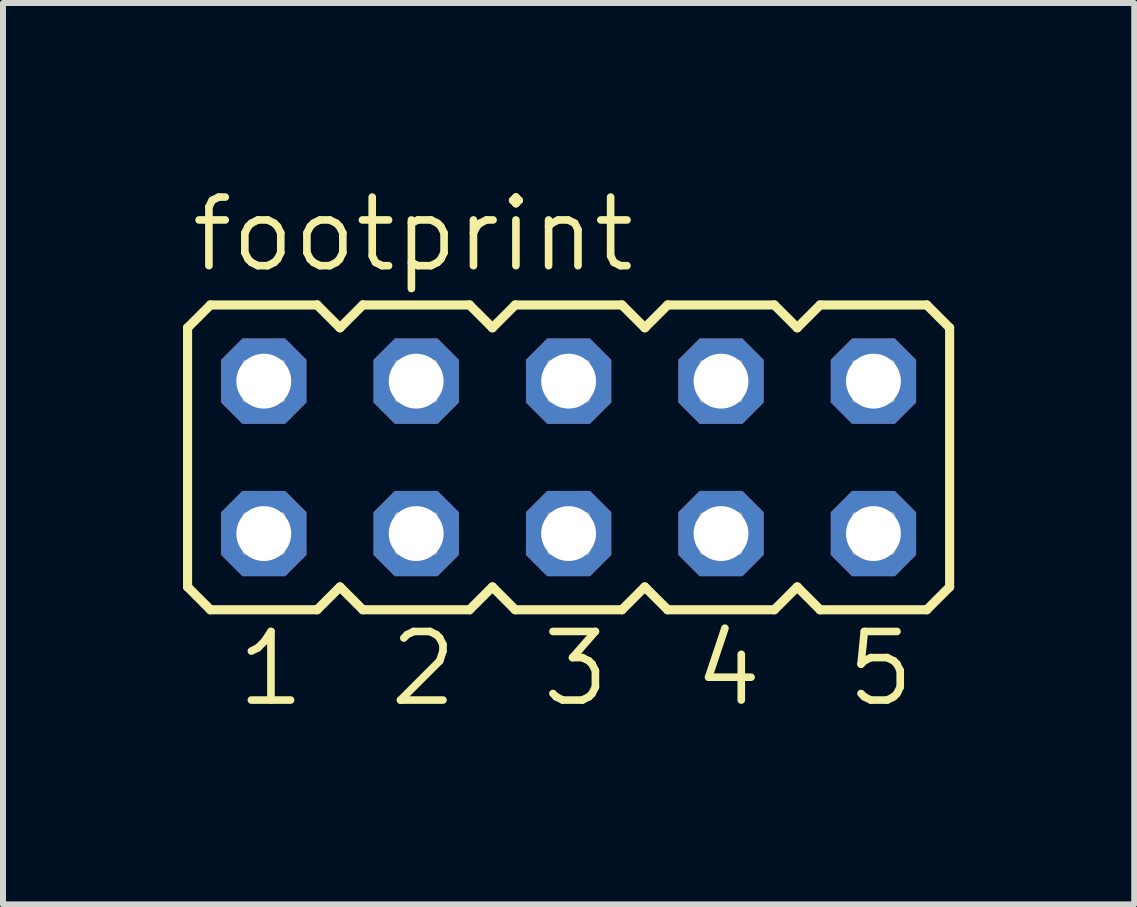
<source format=kicad_pcb>
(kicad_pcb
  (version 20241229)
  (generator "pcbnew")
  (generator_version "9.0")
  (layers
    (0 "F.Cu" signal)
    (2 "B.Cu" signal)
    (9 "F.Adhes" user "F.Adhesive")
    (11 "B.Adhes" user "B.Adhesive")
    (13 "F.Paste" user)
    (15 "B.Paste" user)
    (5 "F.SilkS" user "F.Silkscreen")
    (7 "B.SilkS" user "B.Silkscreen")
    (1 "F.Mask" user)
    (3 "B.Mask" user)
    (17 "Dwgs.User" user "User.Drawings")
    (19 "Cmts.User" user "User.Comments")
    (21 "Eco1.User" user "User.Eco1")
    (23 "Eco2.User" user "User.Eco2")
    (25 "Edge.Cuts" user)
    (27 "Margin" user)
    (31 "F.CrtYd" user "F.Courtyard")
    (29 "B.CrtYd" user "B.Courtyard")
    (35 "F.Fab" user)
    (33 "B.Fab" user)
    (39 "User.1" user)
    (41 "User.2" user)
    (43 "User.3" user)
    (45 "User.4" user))
  (footprint "footprint"
    (layer "F.Cu")
    (at 6.426 4.572)
    (property "Reference" "footprint" (at -6.35 -3.048 0) (layer "F.SilkS") (effects (font (size 1.143 1.143) (thickness 0.127)) (justify left bottom)))
    (fp_line (start -6.35 -2.159) (end -5.969 -2.54) (stroke (width 0.152) (type solid)) (layer "F.SilkS"))
    (fp_line (start -6.35 2.159) (end -6.35 -2.159) (stroke (width 0.152) (type solid)) (layer "F.SilkS"))
    (fp_line (start -6.35 2.159) (end -5.969 2.54) (stroke (width 0.152) (type solid)) (layer "F.SilkS"))
    (fp_line (start -5.969 -2.54) (end -4.191 -2.54) (stroke (width 0.152) (type solid)) (layer "F.SilkS"))
    (fp_line (start -5.969 2.54) (end -4.191 2.54) (stroke (width 0.152) (type solid)) (layer "F.SilkS"))
    (fp_line (start -4.191 -2.54) (end -3.81 -2.159) (stroke (width 0.152) (type solid)) (layer "F.SilkS"))
    (fp_line (start -3.81 -2.159) (end -3.429 -2.54) (stroke (width 0.152) (type solid)) (layer "F.SilkS"))
    (fp_line (start -3.81 2.159) (end -4.191 2.54) (stroke (width 0.152) (type solid)) (layer "F.SilkS"))
    (fp_line (start -3.81 2.159) (end -3.429 2.54) (stroke (width 0.152) (type solid)) (layer "F.SilkS"))
    (fp_line (start -3.429 -2.54) (end -1.651 -2.54) (stroke (width 0.152) (type solid)) (layer "F.SilkS"))
    (fp_line (start -1.651 2.54) (end -3.429 2.54) (stroke (width 0.152) (type solid)) (layer "F.SilkS"))
    (fp_line (start -1.27 -2.159) (end -1.651 -2.54) (stroke (width 0.152) (type solid)) (layer "F.SilkS"))
    (fp_line (start -1.27 -2.159) (end -0.889 -2.54) (stroke (width 0.152) (type solid)) (layer "F.SilkS"))
    (fp_line (start -1.27 2.159) (end -1.651 2.54) (stroke (width 0.152) (type solid)) (layer "F.SilkS"))
    (fp_line (start -1.27 2.159) (end -0.889 2.54) (stroke (width 0.152) (type solid)) (layer "F.SilkS"))
    (fp_line (start -0.889 -2.54) (end 0.889 -2.54) (stroke (width 0.152) (type solid)) (layer "F.SilkS"))
    (fp_line (start 0.889 2.54) (end -0.889 2.54) (stroke (width 0.152) (type solid)) (layer "F.SilkS"))
    (fp_line (start 0.889 2.54) (end 1.27 2.159) (stroke (width 0.152) (type solid)) (layer "F.SilkS"))
    (fp_line (start 1.27 -2.159) (end 0.889 -2.54) (stroke (width 0.152) (type solid)) (layer "F.SilkS"))
    (fp_line (start 1.27 -2.159) (end 1.651 -2.54) (stroke (width 0.152) (type solid)) (layer "F.SilkS"))
    (fp_line (start 1.27 2.159) (end 1.651 2.54) (stroke (width 0.152) (type solid)) (layer "F.SilkS"))
    (fp_line (start 1.651 -2.54) (end 3.429 -2.54) (stroke (width 0.152) (type solid)) (layer "F.SilkS"))
    (fp_line (start 3.429 2.54) (end 1.651 2.54) (stroke (width 0.152) (type solid)) (layer "F.SilkS"))
    (fp_line (start 3.429 2.54) (end 3.81 2.159) (stroke (width 0.152) (type solid)) (layer "F.SilkS"))
    (fp_line (start 3.81 -2.159) (end 3.429 -2.54) (stroke (width 0.152) (type solid)) (layer "F.SilkS"))
    (fp_line (start 3.81 -2.159) (end 4.191 -2.54) (stroke (width 0.152) (type solid)) (layer "F.SilkS"))
    (fp_line (start 3.81 2.159) (end 4.191 2.54) (stroke (width 0.152) (type solid)) (layer "F.SilkS"))
    (fp_line (start 4.191 -2.54) (end 5.969 -2.54) (stroke (width 0.152) (type solid)) (layer "F.SilkS"))
    (fp_line (start 5.969 2.54) (end 4.191 2.54) (stroke (width 0.152) (type solid)) (layer "F.SilkS"))
    (fp_line (start 5.969 2.54) (end 6.35 2.159) (stroke (width 0.152) (type solid)) (layer "F.SilkS"))
    (fp_line (start 6.35 -2.159) (end 5.969 -2.54) (stroke (width 0.152) (type solid)) (layer "F.SilkS"))
    (fp_line (start 6.35 -2.159) (end 6.35 2.159) (stroke (width 0.152) (type solid)) (layer "F.SilkS"))
    (fp_poly (pts (xy -5.385 -0.965) (xy -4.775 -0.965) (xy -4.775 -1.575) (xy -5.385 -1.575)) (stroke (width 0.1) (type solid)) (fill no) (layer "F.Fab"))
    (fp_poly (pts (xy -5.385 1.575) (xy -4.775 1.575) (xy -4.775 0.965) (xy -5.385 0.965)) (stroke (width 0.1) (type solid)) (fill no) (layer "F.Fab"))
    (fp_poly (pts (xy -2.845 -0.965) (xy -2.235 -0.965) (xy -2.235 -1.575) (xy -2.845 -1.575)) (stroke (width 0.1) (type solid)) (fill no) (layer "F.Fab"))
    (fp_poly (pts (xy -2.845 1.575) (xy -2.235 1.575) (xy -2.235 0.965) (xy -2.845 0.965)) (stroke (width 0.1) (type solid)) (fill no) (layer "F.Fab"))
    (fp_poly (pts (xy -0.305 -0.965) (xy 0.305 -0.965) (xy 0.305 -1.575) (xy -0.305 -1.575)) (stroke (width 0.1) (type solid)) (fill no) (layer "F.Fab"))
    (fp_poly (pts (xy -0.305 1.575) (xy 0.305 1.575) (xy 0.305 0.965) (xy -0.305 0.965)) (stroke (width 0.1) (type solid)) (fill no) (layer "F.Fab"))
    (fp_poly (pts (xy 2.235 -0.965) (xy 2.845 -0.965) (xy 2.845 -1.575) (xy 2.235 -1.575)) (stroke (width 0.1) (type solid)) (fill no) (layer "F.Fab"))
    (fp_poly (pts (xy 2.235 1.575) (xy 2.845 1.575) (xy 2.845 0.965) (xy 2.235 0.965)) (stroke (width 0.1) (type solid)) (fill no) (layer "F.Fab"))
    (fp_poly (pts (xy 4.775 -0.965) (xy 5.385 -0.965) (xy 5.385 -1.575) (xy 4.775 -1.575)) (stroke (width 0.1) (type solid)) (fill no) (layer "F.Fab"))
    (fp_poly (pts (xy 4.775 1.575) (xy 5.385 1.575) (xy 5.385 0.965) (xy 4.775 0.965)) (stroke (width 0.1) (type solid)) (fill no) (layer "F.Fab"))
    (fp_text user "5" (at 4.572 4.191 0) (layer "F.SilkS") (effects (font (size 1.143 1.143) (thickness 0.127)) (justify left bottom)))
    (fp_text user "4" (at 2.032 4.191 0) (layer "F.SilkS") (effects (font (size 1.143 1.143) (thickness 0.127)) (justify left bottom)))
    (fp_text user "1" (at -5.588 4.191 0) (layer "F.SilkS") (effects (font (size 1.143 1.143) (thickness 0.127)) (justify left bottom)))
    (fp_text user "3" (at -0.508 4.191 0) (layer "F.SilkS") (effects (font (size 1.143 1.143) (thickness 0.127)) (justify left bottom)))
    (fp_text user "2" (at -3.048 4.191 0) (layer "F.SilkS") (effects (font (size 1.143 1.143) (thickness 0.127)) (justify left bottom)))
    (pad "1" thru_hole roundrect (at -5.08 1.27) (size 1.422 1.422) (drill 0.914) (layers "*.Cu" "*.Mask") (roundrect_rratio 0.25) (chamfer_ratio 0.25) (chamfer top_left top_right bottom_left bottom_right))
    (pad "2" thru_hole roundrect (at -5.08 -1.27) (size 1.422 1.422) (drill 0.914) (layers "*.Cu" "*.Mask") (roundrect_rratio 0.25) (chamfer_ratio 0.25) (chamfer top_left top_right bottom_left bottom_right))
    (pad "3" thru_hole roundrect (at -2.54 1.27) (size 1.422 1.422) (drill 0.914) (layers "*.Cu" "*.Mask") (roundrect_rratio 0.25) (chamfer_ratio 0.25) (chamfer top_left top_right bottom_left bottom_right))
    (pad "4" thru_hole roundrect (at -2.54 -1.27) (size 1.422 1.422) (drill 0.914) (layers "*.Cu" "*.Mask") (roundrect_rratio 0.25) (chamfer_ratio 0.25) (chamfer top_left top_right bottom_left bottom_right))
    (pad "5" thru_hole roundrect (at 0 1.27) (size 1.422 1.422) (drill 0.914) (layers "*.Cu" "*.Mask") (roundrect_rratio 0.25) (chamfer_ratio 0.25) (chamfer top_left top_right bottom_left bottom_right))
    (pad "6" thru_hole roundrect (at 0 -1.27) (size 1.422 1.422) (drill 0.914) (layers "*.Cu" "*.Mask") (roundrect_rratio 0.25) (chamfer_ratio 0.25) (chamfer top_left top_right bottom_left bottom_right))
    (pad "7" thru_hole roundrect (at 2.54 1.27) (size 1.422 1.422) (drill 0.914) (layers "*.Cu" "*.Mask") (roundrect_rratio 0.25) (chamfer_ratio 0.25) (chamfer top_left top_right bottom_left bottom_right))
    (pad "8" thru_hole roundrect (at 2.54 -1.27) (size 1.422 1.422) (drill 0.914) (layers "*.Cu" "*.Mask") (roundrect_rratio 0.25) (chamfer_ratio 0.25) (chamfer top_left top_right bottom_left bottom_right))
    (pad "9" thru_hole roundrect (at 5.08 1.27) (size 1.422 1.422) (drill 0.914) (layers "*.Cu" "*.Mask") (roundrect_rratio 0.25) (chamfer_ratio 0.25) (chamfer top_left top_right bottom_left bottom_right))
    (pad "10" thru_hole roundrect (at 5.08 -1.27) (size 1.422 1.422) (drill 0.914) (layers "*.Cu" "*.Mask") (roundrect_rratio 0.25) (chamfer_ratio 0.25) (chamfer top_left top_right bottom_left bottom_right)))
  (gr_rect
    (start -3 -3)
    (end 15.852 12.022)
    (stroke (width 0.1) (type default))
    (fill no)
    (layer "Edge.Cuts")))
</source>
